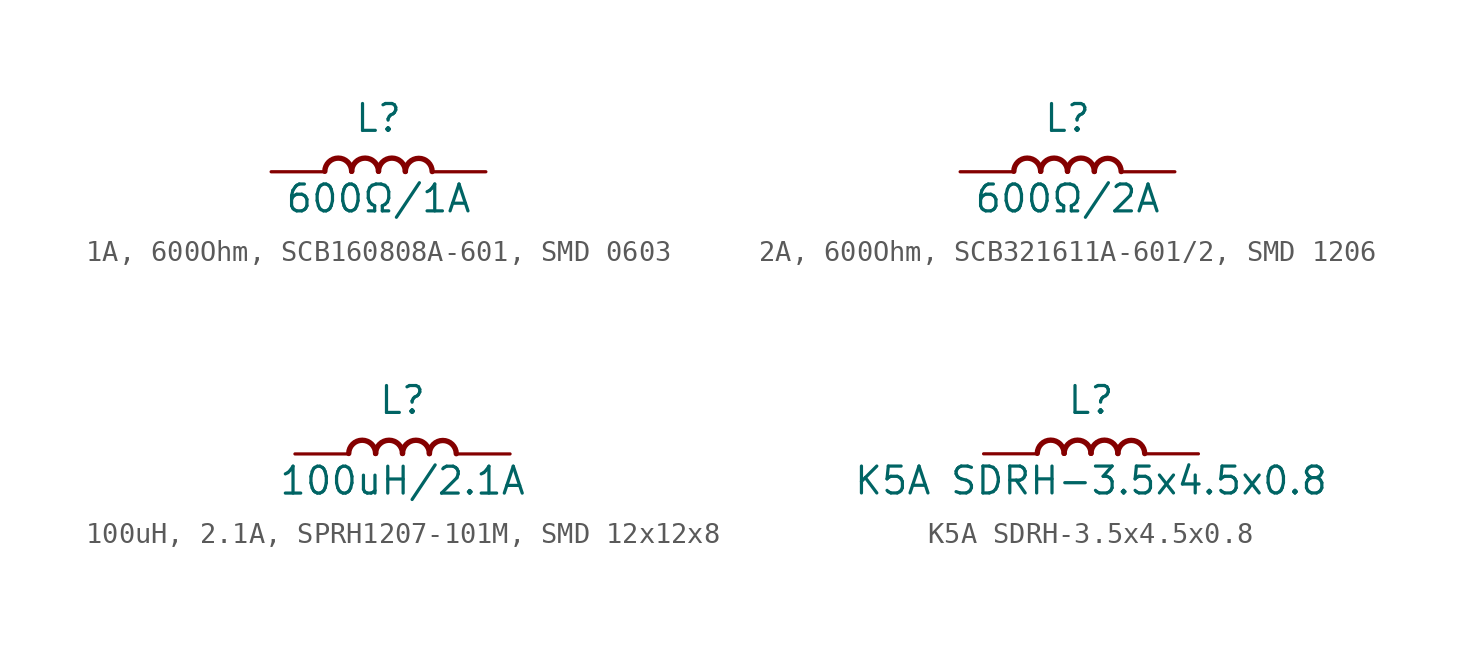
<source format=kicad_sym>
(kicad_symbol_lib
  (version 20241209)
  (generator "kicad_symbol_editor")
  (generator_version "9.0")
  (symbol "1A, 600Ohm, SCB160808A-601, SMD 0603"
    (pin_numbers
      (hide yes))
    (pin_names
      (offset 0)
      (hide yes))
    (property "Reference" "L"
      (at 0 2.54 0)
      (effects (font (size 1.27 1.27))))
    (property "Value" "600Ω/1A"
      (at 0 -1.27 0)
      (effects (font (size 1.27 1.27))))
    (symbol "1A, 600Ohm, SCB160808A-601, SMD 0603_1_1"
      (arc (start -2.54 0.0226) (mid -1.905 0.6464) (end -1.27 0.0226) (stroke (width 0.254) (type default)) (fill (type none)))
      (arc (start -1.27 0.0226) (mid -0.635 0.6464) (end 0 0.0226) (stroke (width 0.254) (type default)) (fill (type none)))
      (arc (start 0 0.0226) (mid 0.635 0.6464) (end 1.27 0.0226) (stroke (width 0.254) (type default)) (fill (type none)))
      (arc (start 1.27 0.0113) (mid 1.905 0.6351) (end 2.54 0.0113) (stroke (width 0.254) (type default)) (fill (type none)))
      (pin passive line (at -5.08 0 0) (length 2.54) (name "1" (effects (font (size 1.27 1.27)))) (number "1" (effects (font (size 1.27 1.27)))))
      (pin passive line (at 5.08 0 180) (length 2.54) (name "2" (effects (font (size 1.27 1.27)))) (number "2" (effects (font (size 1.27 1.27)))))))
  (symbol "2A, 600Ohm, SCB321611A-601/2, SMD 1206"
    (pin_numbers
      (hide yes))
    (pin_names
      (offset 0)
      (hide yes))
    (property "Reference" "L"
      (at 0 2.54 0)
      (effects (font (size 1.27 1.27))))
    (property "Value" "600Ω/2A"
      (at 0 -1.27 0)
      (effects (font (size 1.27 1.27))))
    (symbol "2A, 600Ohm, SCB321611A-601/2, SMD 1206_1_1"
      (arc (start -2.54 0.0226) (mid -1.905 0.6464) (end -1.27 0.0226) (stroke (width 0.254) (type default)) (fill (type none)))
      (arc (start -1.27 0.0226) (mid -0.635 0.6464) (end 0 0.0226) (stroke (width 0.254) (type default)) (fill (type none)))
      (arc (start 0 0.0226) (mid 0.635 0.6464) (end 1.27 0.0226) (stroke (width 0.254) (type default)) (fill (type none)))
      (arc (start 1.27 0.0113) (mid 1.905 0.6351) (end 2.54 0.0113) (stroke (width 0.254) (type default)) (fill (type none)))
      (pin passive line (at -5.08 0 0) (length 2.54) (name "1" (effects (font (size 1.27 1.27)))) (number "1" (effects (font (size 1.27 1.27)))))
      (pin passive line (at 5.08 0 180) (length 2.54) (name "2" (effects (font (size 1.27 1.27)))) (number "2" (effects (font (size 1.27 1.27)))))))
  (symbol "100uH, 2.1A, SPRH1207-101M, SMD 12x12x8"
    (pin_numbers
      (hide yes))
    (pin_names
      (offset 0)
      (hide yes))
    (property "Reference" "L"
      (at 0 2.54 0)
      (effects (font (size 1.27 1.27))))
    (property "Value" "100uH/2.1A"
      (at 0 -1.27 0)
      (effects (font (size 1.27 1.27))))
    (symbol "100uH, 2.1A, SPRH1207-101M, SMD 12x12x8_1_1"
      (arc (start -2.54 0.0226) (mid -1.905 0.6464) (end -1.27 0.0226) (stroke (width 0.254) (type default)) (fill (type none)))
      (arc (start -1.27 0.0226) (mid -0.635 0.6464) (end 0 0.0226) (stroke (width 0.254) (type default)) (fill (type none)))
      (arc (start 0 0.0226) (mid 0.635 0.6464) (end 1.27 0.0226) (stroke (width 0.254) (type default)) (fill (type none)))
      (arc (start 1.27 0.0113) (mid 1.905 0.6351) (end 2.54 0.0113) (stroke (width 0.254) (type default)) (fill (type none)))
      (pin passive line (at -5.08 0 0) (length 2.54) (name "1" (effects (font (size 1.27 1.27)))) (number "1" (effects (font (size 1.27 1.27)))))
      (pin passive line (at 5.08 0 180) (length 2.54) (name "2" (effects (font (size 1.27 1.27)))) (number "2" (effects (font (size 1.27 1.27)))))))
  (symbol "K5A SDRH-3.5x4.5x0.8"
    (pin_numbers
      (hide yes))
    (pin_names
      (offset 0)
      (hide yes))
    (property "Reference" "L"
      (at 0 2.54 0)
      (effects (font (size 1.27 1.27))))
    (property "Value" "K5A SDRH-3.5x4.5x0.8"
      (at 0 -1.27 0)
      (effects (font (size 1.27 1.27))))
    (symbol "K5A SDRH-3.5x4.5x0.8_1_1"
      (arc (start -2.54 0.0226) (mid -1.905 0.6464) (end -1.27 0.0226) (stroke (width 0.254) (type default)) (fill (type none)))
      (arc (start -1.27 0.0226) (mid -0.635 0.6464) (end 0 0.0226) (stroke (width 0.254) (type default)) (fill (type none)))
      (arc (start 0 0.0226) (mid 0.635 0.6464) (end 1.27 0.0226) (stroke (width 0.254) (type default)) (fill (type none)))
      (arc (start 1.27 0.0113) (mid 1.905 0.6351) (end 2.54 0.0113) (stroke (width 0.254) (type default)) (fill (type none)))
      (pin passive line (at -5.08 0 0) (length 2.54) (name "1" (effects (font (size 1.27 1.27)))) (number "1" (effects (font (size 1.27 1.27)))))
      (pin passive line (at 5.08 0 180) (length 2.54) (name "2" (effects (font (size 1.27 1.27)))) (number "2" (effects (font (size 1.27 1.27))))))))
</source>
